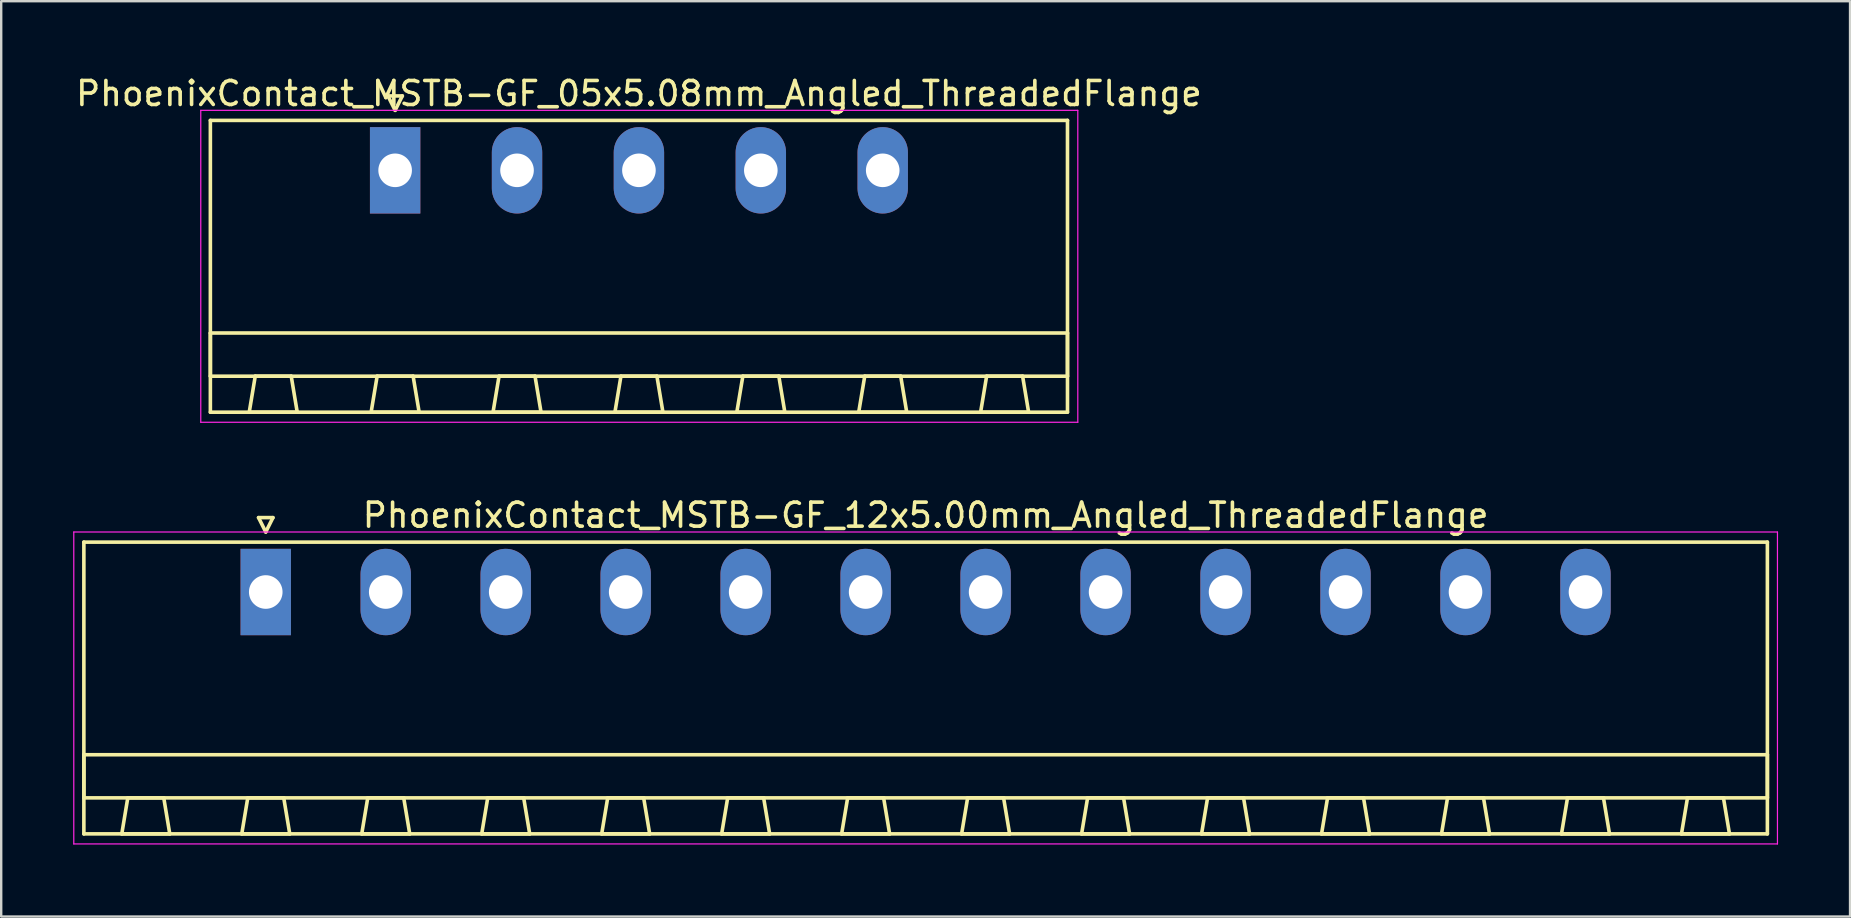
<source format=kicad_pcb>
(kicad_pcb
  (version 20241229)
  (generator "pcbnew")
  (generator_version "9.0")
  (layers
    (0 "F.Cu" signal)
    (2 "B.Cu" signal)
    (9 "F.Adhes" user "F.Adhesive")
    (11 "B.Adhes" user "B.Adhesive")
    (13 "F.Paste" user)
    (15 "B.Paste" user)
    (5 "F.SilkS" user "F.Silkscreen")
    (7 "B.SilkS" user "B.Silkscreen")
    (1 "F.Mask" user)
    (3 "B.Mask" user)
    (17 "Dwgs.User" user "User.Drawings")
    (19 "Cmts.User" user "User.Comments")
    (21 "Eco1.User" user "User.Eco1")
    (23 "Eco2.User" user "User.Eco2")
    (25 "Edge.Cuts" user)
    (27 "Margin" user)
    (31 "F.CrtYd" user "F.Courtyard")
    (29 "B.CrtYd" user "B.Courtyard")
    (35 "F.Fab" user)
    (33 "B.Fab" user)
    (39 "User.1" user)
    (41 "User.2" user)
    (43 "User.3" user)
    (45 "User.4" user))
  (footprint "PhoenixContact_MSTB-GF_12x5.00mm_Angled_ThreadedFlange"
    (layer "F.Cu")
    (at 8.025 21.622)
    (property "Reference" "PhoenixContact_MSTB-GF_12x5.00mm_Angled_ThreadedFlange" (at 27.5 -3.2 0) (layer "F.SilkS") (effects (font (size 1 1) (thickness 0.15))))
    (attr through_hole)
    (fp_line (start -7.58 -2.08) (end -7.58 10.08) (stroke (width 0.15) (type solid)) (layer "F.SilkS"))
    (fp_line (start -7.58 6.78) (end 62.58 6.78) (stroke (width 0.15) (type solid)) (layer "F.SilkS"))
    (fp_line (start -7.58 8.58) (end -7.58 6.78) (stroke (width 0.15) (type solid)) (layer "F.SilkS"))
    (fp_line (start -7.58 10.08) (end 62.58 10.08) (stroke (width 0.15) (type solid)) (layer "F.SilkS"))
    (fp_line (start -6 10.08) (end -4 10.08) (stroke (width 0.15) (type solid)) (layer "F.SilkS"))
    (fp_line (start -5.75 8.58) (end -6 10.08) (stroke (width 0.15) (type solid)) (layer "F.SilkS"))
    (fp_line (start -4.25 8.58) (end -5.75 8.58) (stroke (width 0.15) (type solid)) (layer "F.SilkS"))
    (fp_line (start -4 10.08) (end -4.25 8.58) (stroke (width 0.15) (type solid)) (layer "F.SilkS"))
    (fp_line (start -1 10.08) (end 1 10.08) (stroke (width 0.15) (type solid)) (layer "F.SilkS"))
    (fp_line (start -0.75 8.58) (end -1 10.08) (stroke (width 0.15) (type solid)) (layer "F.SilkS"))
    (fp_line (start -0.3 -3.1) (end 0 -2.5) (stroke (width 0.15) (type solid)) (layer "F.SilkS"))
    (fp_line (start 0 -2.5) (end 0.3 -3.1) (stroke (width 0.15) (type solid)) (layer "F.SilkS"))
    (fp_line (start 0.3 -3.1) (end -0.3 -3.1) (stroke (width 0.15) (type solid)) (layer "F.SilkS"))
    (fp_line (start 0.75 8.58) (end -0.75 8.58) (stroke (width 0.15) (type solid)) (layer "F.SilkS"))
    (fp_line (start 1 10.08) (end 0.75 8.58) (stroke (width 0.15) (type solid)) (layer "F.SilkS"))
    (fp_line (start 4 10.08) (end 6 10.08) (stroke (width 0.15) (type solid)) (layer "F.SilkS"))
    (fp_line (start 4.25 8.58) (end 4 10.08) (stroke (width 0.15) (type solid)) (layer "F.SilkS"))
    (fp_line (start 5.75 8.58) (end 4.25 8.58) (stroke (width 0.15) (type solid)) (layer "F.SilkS"))
    (fp_line (start 6 10.08) (end 5.75 8.58) (stroke (width 0.15) (type solid)) (layer "F.SilkS"))
    (fp_line (start 9 10.08) (end 11 10.08) (stroke (width 0.15) (type solid)) (layer "F.SilkS"))
    (fp_line (start 9.25 8.58) (end 9 10.08) (stroke (width 0.15) (type solid)) (layer "F.SilkS"))
    (fp_line (start 10.75 8.58) (end 9.25 8.58) (stroke (width 0.15) (type solid)) (layer "F.SilkS"))
    (fp_line (start 11 10.08) (end 10.75 8.58) (stroke (width 0.15) (type solid)) (layer "F.SilkS"))
    (fp_line (start 14 10.08) (end 16 10.08) (stroke (width 0.15) (type solid)) (layer "F.SilkS"))
    (fp_line (start 14.25 8.58) (end 14 10.08) (stroke (width 0.15) (type solid)) (layer "F.SilkS"))
    (fp_line (start 15.75 8.58) (end 14.25 8.58) (stroke (width 0.15) (type solid)) (layer "F.SilkS"))
    (fp_line (start 16 10.08) (end 15.75 8.58) (stroke (width 0.15) (type solid)) (layer "F.SilkS"))
    (fp_line (start 19 10.08) (end 21 10.08) (stroke (width 0.15) (type solid)) (layer "F.SilkS"))
    (fp_line (start 19.25 8.58) (end 19 10.08) (stroke (width 0.15) (type solid)) (layer "F.SilkS"))
    (fp_line (start 20.75 8.58) (end 19.25 8.58) (stroke (width 0.15) (type solid)) (layer "F.SilkS"))
    (fp_line (start 21 10.08) (end 20.75 8.58) (stroke (width 0.15) (type solid)) (layer "F.SilkS"))
    (fp_line (start 24 10.08) (end 26 10.08) (stroke (width 0.15) (type solid)) (layer "F.SilkS"))
    (fp_line (start 24.25 8.58) (end 24 10.08) (stroke (width 0.15) (type solid)) (layer "F.SilkS"))
    (fp_line (start 25.75 8.58) (end 24.25 8.58) (stroke (width 0.15) (type solid)) (layer "F.SilkS"))
    (fp_line (start 26 10.08) (end 25.75 8.58) (stroke (width 0.15) (type solid)) (layer "F.SilkS"))
    (fp_line (start 29 10.08) (end 31 10.08) (stroke (width 0.15) (type solid)) (layer "F.SilkS"))
    (fp_line (start 29.25 8.58) (end 29 10.08) (stroke (width 0.15) (type solid)) (layer "F.SilkS"))
    (fp_line (start 30.75 8.58) (end 29.25 8.58) (stroke (width 0.15) (type solid)) (layer "F.SilkS"))
    (fp_line (start 31 10.08) (end 30.75 8.58) (stroke (width 0.15) (type solid)) (layer "F.SilkS"))
    (fp_line (start 34 10.08) (end 36 10.08) (stroke (width 0.15) (type solid)) (layer "F.SilkS"))
    (fp_line (start 34.25 8.58) (end 34 10.08) (stroke (width 0.15) (type solid)) (layer "F.SilkS"))
    (fp_line (start 35.75 8.58) (end 34.25 8.58) (stroke (width 0.15) (type solid)) (layer "F.SilkS"))
    (fp_line (start 36 10.08) (end 35.75 8.58) (stroke (width 0.15) (type solid)) (layer "F.SilkS"))
    (fp_line (start 39 10.08) (end 41 10.08) (stroke (width 0.15) (type solid)) (layer "F.SilkS"))
    (fp_line (start 39.25 8.58) (end 39 10.08) (stroke (width 0.15) (type solid)) (layer "F.SilkS"))
    (fp_line (start 40.75 8.58) (end 39.25 8.58) (stroke (width 0.15) (type solid)) (layer "F.SilkS"))
    (fp_line (start 41 10.08) (end 40.75 8.58) (stroke (width 0.15) (type solid)) (layer "F.SilkS"))
    (fp_line (start 44 10.08) (end 46 10.08) (stroke (width 0.15) (type solid)) (layer "F.SilkS"))
    (fp_line (start 44.25 8.58) (end 44 10.08) (stroke (width 0.15) (type solid)) (layer "F.SilkS"))
    (fp_line (start 45.75 8.58) (end 44.25 8.58) (stroke (width 0.15) (type solid)) (layer "F.SilkS"))
    (fp_line (start 46 10.08) (end 45.75 8.58) (stroke (width 0.15) (type solid)) (layer "F.SilkS"))
    (fp_line (start 49 10.08) (end 51 10.08) (stroke (width 0.15) (type solid)) (layer "F.SilkS"))
    (fp_line (start 49.25 8.58) (end 49 10.08) (stroke (width 0.15) (type solid)) (layer "F.SilkS"))
    (fp_line (start 50.75 8.58) (end 49.25 8.58) (stroke (width 0.15) (type solid)) (layer "F.SilkS"))
    (fp_line (start 51 10.08) (end 50.75 8.58) (stroke (width 0.15) (type solid)) (layer "F.SilkS"))
    (fp_line (start 54 10.08) (end 56 10.08) (stroke (width 0.15) (type solid)) (layer "F.SilkS"))
    (fp_line (start 54.25 8.58) (end 54 10.08) (stroke (width 0.15) (type solid)) (layer "F.SilkS"))
    (fp_line (start 55.75 8.58) (end 54.25 8.58) (stroke (width 0.15) (type solid)) (layer "F.SilkS"))
    (fp_line (start 56 10.08) (end 55.75 8.58) (stroke (width 0.15) (type solid)) (layer "F.SilkS"))
    (fp_line (start 59 10.08) (end 61 10.08) (stroke (width 0.15) (type solid)) (layer "F.SilkS"))
    (fp_line (start 59.25 8.58) (end 59 10.08) (stroke (width 0.15) (type solid)) (layer "F.SilkS"))
    (fp_line (start 60.75 8.58) (end 59.25 8.58) (stroke (width 0.15) (type solid)) (layer "F.SilkS"))
    (fp_line (start 61 10.08) (end 60.75 8.58) (stroke (width 0.15) (type solid)) (layer "F.SilkS"))
    (fp_line (start 62.58 -2.08) (end -7.58 -2.08) (stroke (width 0.15) (type solid)) (layer "F.SilkS"))
    (fp_line (start 62.58 6.78) (end 62.58 8.58) (stroke (width 0.15) (type solid)) (layer "F.SilkS"))
    (fp_line (start 62.58 8.58) (end -7.58 8.58) (stroke (width 0.15) (type solid)) (layer "F.SilkS"))
    (fp_line (start 62.58 10.08) (end 62.58 -2.08) (stroke (width 0.15) (type solid)) (layer "F.SilkS"))
    (fp_line (start -8 -2.5) (end -8 10.5) (stroke (width 0.05) (type solid)) (layer "F.CrtYd"))
    (fp_line (start -8 10.5) (end 63 10.5) (stroke (width 0.05) (type solid)) (layer "F.CrtYd"))
    (fp_line (start 63 -2.5) (end -8 -2.5) (stroke (width 0.05) (type solid)) (layer "F.CrtYd"))
    (fp_line (start 63 10.5) (end 63 -2.5) (stroke (width 0.05) (type solid)) (layer "F.CrtYd"))
    (pad "1" thru_hole rect (at 0 0) (size 2.1 3.6) (drill 1.4) (layers "*.Cu" "*.Mask"))
    (pad "2" thru_hole oval (at 5 0) (size 2.1 3.6) (drill 1.4) (layers "*.Cu" "*.Mask"))
    (pad "3" thru_hole oval (at 10 0) (size 2.1 3.6) (drill 1.4) (layers "*.Cu" "*.Mask"))
    (pad "4" thru_hole oval (at 15 0) (size 2.1 3.6) (drill 1.4) (layers "*.Cu" "*.Mask"))
    (pad "5" thru_hole oval (at 20 0) (size 2.1 3.6) (drill 1.4) (layers "*.Cu" "*.Mask"))
    (pad "6" thru_hole oval (at 25 0) (size 2.1 3.6) (drill 1.4) (layers "*.Cu" "*.Mask"))
    (pad "7" thru_hole oval (at 30 0) (size 2.1 3.6) (drill 1.4) (layers "*.Cu" "*.Mask"))
    (pad "8" thru_hole oval (at 35 0) (size 2.1 3.6) (drill 1.4) (layers "*.Cu" "*.Mask"))
    (pad "9" thru_hole oval (at 40 0) (size 2.1 3.6) (drill 1.4) (layers "*.Cu" "*.Mask"))
    (pad "10" thru_hole oval (at 45 0) (size 2.1 3.6) (drill 1.4) (layers "*.Cu" "*.Mask"))
    (pad "11" thru_hole oval (at 50 0) (size 2.1 3.6) (drill 1.4) (layers "*.Cu" "*.Mask"))
    (pad "12" thru_hole oval (at 55 0) (size 2.1 3.6) (drill 1.4) (layers "*.Cu" "*.Mask")))
  (footprint "PhoenixContact_MSTB-GF_05x5.08mm_Angled_ThreadedFlange"
    (layer "F.Cu")
    (at 13.417 4.048)
    (property "Reference" "PhoenixContact_MSTB-GF_05x5.08mm_Angled_ThreadedFlange" (at 10.16 -3.2 0) (layer "F.SilkS") (effects (font (size 1 1) (thickness 0.15))))
    (attr through_hole)
    (fp_line (start -7.7 -2.08) (end -7.7 10.08) (stroke (width 0.15) (type solid)) (layer "F.SilkS"))
    (fp_line (start -7.7 6.78) (end 28.02 6.78) (stroke (width 0.15) (type solid)) (layer "F.SilkS"))
    (fp_line (start -7.7 8.58) (end -7.7 6.78) (stroke (width 0.15) (type solid)) (layer "F.SilkS"))
    (fp_line (start -7.7 10.08) (end 28.02 10.08) (stroke (width 0.15) (type solid)) (layer "F.SilkS"))
    (fp_line (start -6.08 10.08) (end -4.08 10.08) (stroke (width 0.15) (type solid)) (layer "F.SilkS"))
    (fp_line (start -5.83 8.58) (end -6.08 10.08) (stroke (width 0.15) (type solid)) (layer "F.SilkS"))
    (fp_line (start -4.33 8.58) (end -5.83 8.58) (stroke (width 0.15) (type solid)) (layer "F.SilkS"))
    (fp_line (start -4.08 10.08) (end -4.33 8.58) (stroke (width 0.15) (type solid)) (layer "F.SilkS"))
    (fp_line (start -1 10.08) (end 1 10.08) (stroke (width 0.15) (type solid)) (layer "F.SilkS"))
    (fp_line (start -0.75 8.58) (end -1 10.08) (stroke (width 0.15) (type solid)) (layer "F.SilkS"))
    (fp_line (start -0.3 -3.1) (end 0 -2.5) (stroke (width 0.15) (type solid)) (layer "F.SilkS"))
    (fp_line (start 0 -2.5) (end 0.3 -3.1) (stroke (width 0.15) (type solid)) (layer "F.SilkS"))
    (fp_line (start 0.3 -3.1) (end -0.3 -3.1) (stroke (width 0.15) (type solid)) (layer "F.SilkS"))
    (fp_line (start 0.75 8.58) (end -0.75 8.58) (stroke (width 0.15) (type solid)) (layer "F.SilkS"))
    (fp_line (start 1 10.08) (end 0.75 8.58) (stroke (width 0.15) (type solid)) (layer "F.SilkS"))
    (fp_line (start 4.08 10.08) (end 6.08 10.08) (stroke (width 0.15) (type solid)) (layer "F.SilkS"))
    (fp_line (start 4.33 8.58) (end 4.08 10.08) (stroke (width 0.15) (type solid)) (layer "F.SilkS"))
    (fp_line (start 5.83 8.58) (end 4.33 8.58) (stroke (width 0.15) (type solid)) (layer "F.SilkS"))
    (fp_line (start 6.08 10.08) (end 5.83 8.58) (stroke (width 0.15) (type solid)) (layer "F.SilkS"))
    (fp_line (start 9.16 10.08) (end 11.16 10.08) (stroke (width 0.15) (type solid)) (layer "F.SilkS"))
    (fp_line (start 9.41 8.58) (end 9.16 10.08) (stroke (width 0.15) (type solid)) (layer "F.SilkS"))
    (fp_line (start 10.91 8.58) (end 9.41 8.58) (stroke (width 0.15) (type solid)) (layer "F.SilkS"))
    (fp_line (start 11.16 10.08) (end 10.91 8.58) (stroke (width 0.15) (type solid)) (layer "F.SilkS"))
    (fp_line (start 14.24 10.08) (end 16.24 10.08) (stroke (width 0.15) (type solid)) (layer "F.SilkS"))
    (fp_line (start 14.49 8.58) (end 14.24 10.08) (stroke (width 0.15) (type solid)) (layer "F.SilkS"))
    (fp_line (start 15.99 8.58) (end 14.49 8.58) (stroke (width 0.15) (type solid)) (layer "F.SilkS"))
    (fp_line (start 16.24 10.08) (end 15.99 8.58) (stroke (width 0.15) (type solid)) (layer "F.SilkS"))
    (fp_line (start 19.32 10.08) (end 21.32 10.08) (stroke (width 0.15) (type solid)) (layer "F.SilkS"))
    (fp_line (start 19.57 8.58) (end 19.32 10.08) (stroke (width 0.15) (type solid)) (layer "F.SilkS"))
    (fp_line (start 21.07 8.58) (end 19.57 8.58) (stroke (width 0.15) (type solid)) (layer "F.SilkS"))
    (fp_line (start 21.32 10.08) (end 21.07 8.58) (stroke (width 0.15) (type solid)) (layer "F.SilkS"))
    (fp_line (start 24.4 10.08) (end 26.4 10.08) (stroke (width 0.15) (type solid)) (layer "F.SilkS"))
    (fp_line (start 24.65 8.58) (end 24.4 10.08) (stroke (width 0.15) (type solid)) (layer "F.SilkS"))
    (fp_line (start 26.15 8.58) (end 24.65 8.58) (stroke (width 0.15) (type solid)) (layer "F.SilkS"))
    (fp_line (start 26.4 10.08) (end 26.15 8.58) (stroke (width 0.15) (type solid)) (layer "F.SilkS"))
    (fp_line (start 28.02 -2.08) (end -7.7 -2.08) (stroke (width 0.15) (type solid)) (layer "F.SilkS"))
    (fp_line (start 28.02 6.78) (end 28.02 8.58) (stroke (width 0.15) (type solid)) (layer "F.SilkS"))
    (fp_line (start 28.02 8.58) (end -7.7 8.58) (stroke (width 0.15) (type solid)) (layer "F.SilkS"))
    (fp_line (start 28.02 10.08) (end 28.02 -2.08) (stroke (width 0.15) (type solid)) (layer "F.SilkS"))
    (fp_line (start -8.1 -2.5) (end -8.1 10.5) (stroke (width 0.05) (type solid)) (layer "F.CrtYd"))
    (fp_line (start -8.1 10.5) (end 28.45 10.5) (stroke (width 0.05) (type solid)) (layer "F.CrtYd"))
    (fp_line (start 28.45 -2.5) (end -8.1 -2.5) (stroke (width 0.05) (type solid)) (layer "F.CrtYd"))
    (fp_line (start 28.45 10.5) (end 28.45 -2.5) (stroke (width 0.05) (type solid)) (layer "F.CrtYd"))
    (pad "1" thru_hole rect (at 0 0) (size 2.1 3.6) (drill 1.4) (layers "*.Cu" "*.Mask"))
    (pad "2" thru_hole oval (at 5.08 0) (size 2.1 3.6) (drill 1.4) (layers "*.Cu" "*.Mask"))
    (pad "3" thru_hole oval (at 10.16 0) (size 2.1 3.6) (drill 1.4) (layers "*.Cu" "*.Mask"))
    (pad "4" thru_hole oval (at 15.24 0) (size 2.1 3.6) (drill 1.4) (layers "*.Cu" "*.Mask"))
    (pad "5" thru_hole oval (at 20.32 0) (size 2.1 3.6) (drill 1.4) (layers "*.Cu" "*.Mask")))
  (gr_rect
    (start -3 -3)
    (end 74.05 35.147)
    (stroke (width 0.1) (type default))
    (fill no)
    (layer "Edge.Cuts")))
</source>
